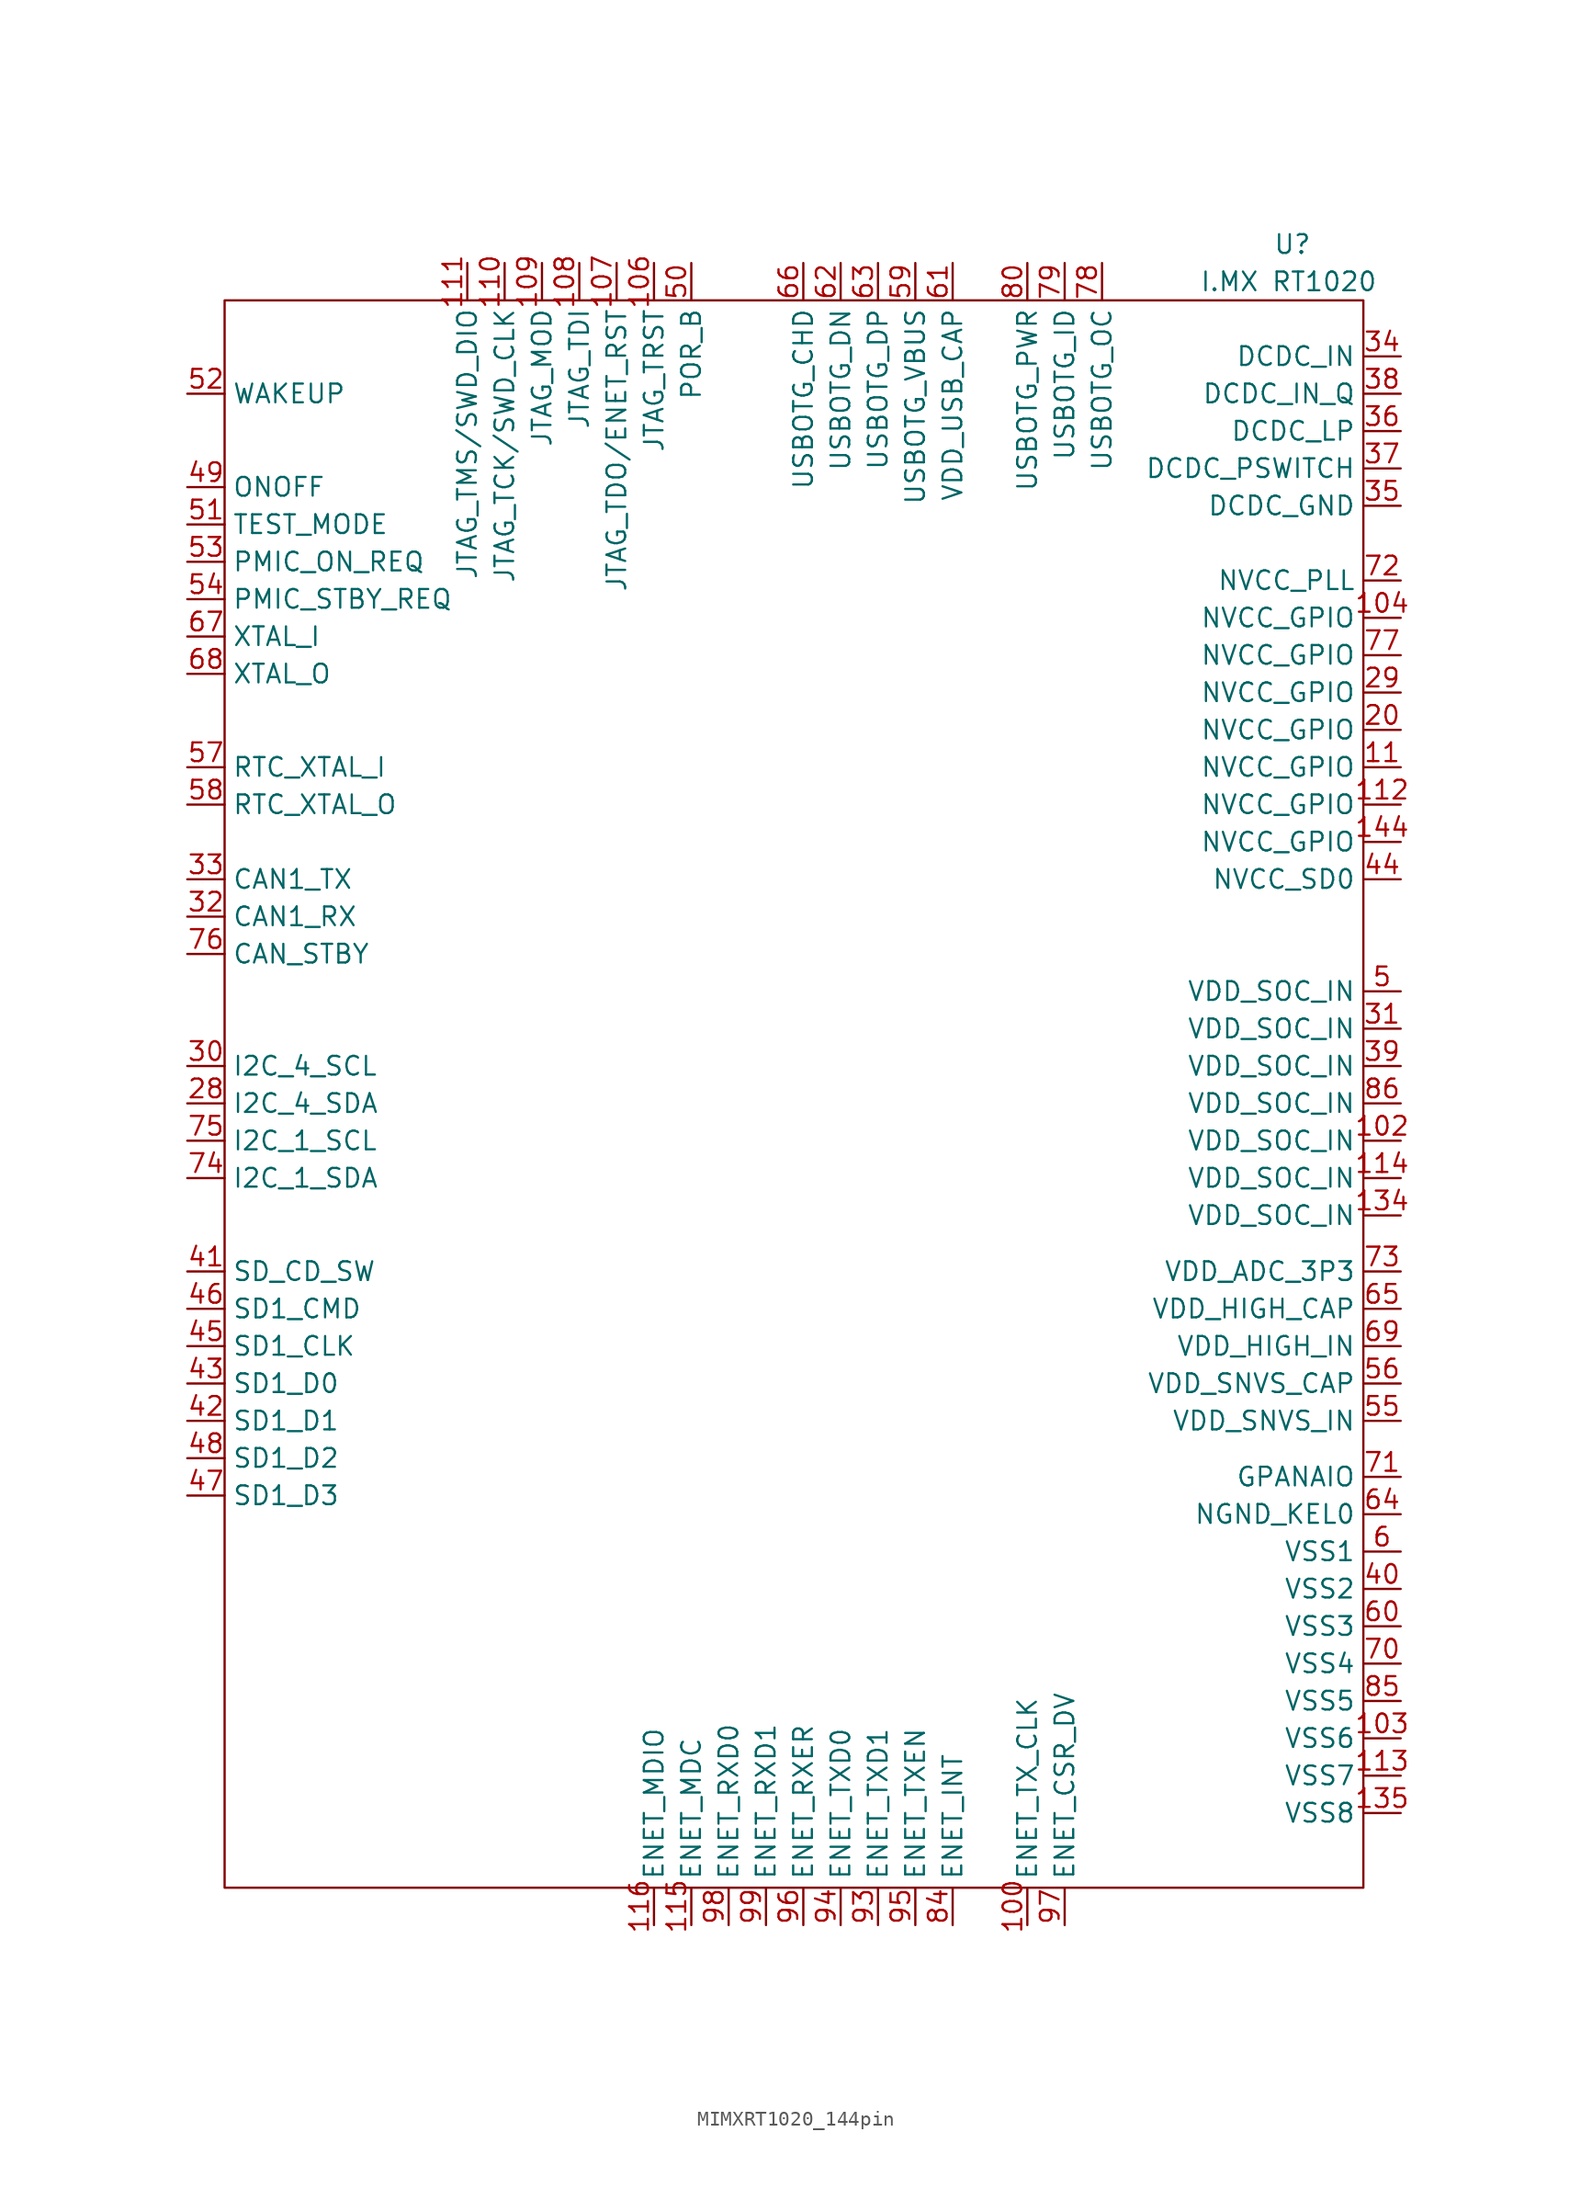
<source format=kicad_sym>
(kicad_symbol_lib
  (version 20231120)
  (generator "kicad_symbol_editor")
  (generator_version "8.0")
  (symbol "MIMXRT1020_144pin"
    (property "Reference" "U"
      (at 34.544 53.34 0)
      (effects (font (size 1.27 1.27))))
    (property "Value" "I.MX RT1020"
      (at 34.29 50.8 0)
      (effects (font (size 1.27 1.27))))
    (symbol "MIMXRT1020_144pin_1_1"
      (rectangle (start -38.1 49.53) (end 39.37 -58.42) (stroke (width 0) (type default)) (fill (type none)))
      (pin bidirectional line (at 16.51 -60.96 90) (length 2.54) (name "ENET_TX_CLK" (effects (font (size 1.27 1.27)))) (number "100" (effects (font (size 1.27 1.27)))))
      (pin bidirectional line (at 41.91 -7.62 180) (length 2.54) (name "VDD_SOC_IN" (effects (font (size 1.27 1.27)))) (number "102" (effects (font (size 1.27 1.27)))))
      (pin bidirectional line (at 41.91 -48.26 180) (length 2.54) (name "VSS6" (effects (font (size 1.27 1.27)))) (number "103" (effects (font (size 1.27 1.27)))))
      (pin bidirectional line (at 41.91 27.94 180) (length 2.54) (name "NVCC_GPIO" (effects (font (size 1.27 1.27)))) (number "104" (effects (font (size 1.27 1.27)))))
      (pin bidirectional line (at -8.89 52.07 270) (length 2.54) (name "JTAG_TRST" (effects (font (size 1.27 1.27)))) (number "106" (effects (font (size 1.27 1.27)))))
      (pin bidirectional line (at -11.43 52.07 270) (length 2.54) (name "JTAG_TDO/ENET_RST" (effects (font (size 1.27 1.27)))) (number "107" (effects (font (size 1.27 1.27)))))
      (pin bidirectional line (at -13.97 52.07 270) (length 2.54) (name "JTAG_TDI" (effects (font (size 1.27 1.27)))) (number "108" (effects (font (size 1.27 1.27)))))
      (pin bidirectional line (at -16.51 52.07 270) (length 2.54) (name "JTAG_MOD" (effects (font (size 1.27 1.27)))) (number "109" (effects (font (size 1.27 1.27)))))
      (pin bidirectional line (at 41.91 17.78 180) (length 2.54) (name "NVCC_GPIO" (effects (font (size 1.27 1.27)))) (number "11" (effects (font (size 1.27 1.27)))))
      (pin bidirectional line (at -19.05 52.07 270) (length 2.54) (name "JTAG_TCK/SWD_CLK" (effects (font (size 1.27 1.27)))) (number "110" (effects (font (size 1.27 1.27)))))
      (pin bidirectional line (at -21.59 52.07 270) (length 2.54) (name "JTAG_TMS/SWD_DIO" (effects (font (size 1.27 1.27)))) (number "111" (effects (font (size 1.27 1.27)))))
      (pin bidirectional line (at 41.91 15.24 180) (length 2.54) (name "NVCC_GPIO" (effects (font (size 1.27 1.27)))) (number "112" (effects (font (size 1.27 1.27)))))
      (pin bidirectional line (at 41.91 -50.8 180) (length 2.54) (name "VSS7" (effects (font (size 1.27 1.27)))) (number "113" (effects (font (size 1.27 1.27)))))
      (pin bidirectional line (at 41.91 -10.16 180) (length 2.54) (name "VDD_SOC_IN" (effects (font (size 1.27 1.27)))) (number "114" (effects (font (size 1.27 1.27)))))
      (pin bidirectional line (at -6.35 -60.96 90) (length 2.54) (name "ENET_MDC" (effects (font (size 1.27 1.27)))) (number "115" (effects (font (size 1.27 1.27)))))
      (pin bidirectional line (at -8.89 -60.96 90) (length 2.54) (name "ENET_MDIO" (effects (font (size 1.27 1.27)))) (number "116" (effects (font (size 1.27 1.27)))))
      (pin bidirectional line (at 41.91 -12.7 180) (length 2.54) (name "VDD_SOC_IN" (effects (font (size 1.27 1.27)))) (number "134" (effects (font (size 1.27 1.27)))))
      (pin bidirectional line (at 41.91 -53.34 180) (length 2.54) (name "VSS8" (effects (font (size 1.27 1.27)))) (number "135" (effects (font (size 1.27 1.27)))))
      (pin bidirectional line (at 41.91 12.7 180) (length 2.54) (name "NVCC_GPIO" (effects (font (size 1.27 1.27)))) (number "144" (effects (font (size 1.27 1.27)))))
      (pin bidirectional line (at 41.91 20.32 180) (length 2.54) (name "NVCC_GPIO" (effects (font (size 1.27 1.27)))) (number "20" (effects (font (size 1.27 1.27)))))
      (pin bidirectional line (at -40.64 -5.08 0) (length 2.54) (name "I2C_4_SDA" (effects (font (size 1.27 1.27)))) (number "28" (effects (font (size 1.27 1.27)))))
      (pin bidirectional line (at 41.91 22.86 180) (length 2.54) (name "NVCC_GPIO" (effects (font (size 1.27 1.27)))) (number "29" (effects (font (size 1.27 1.27)))))
      (pin bidirectional line (at -40.64 -2.54 0) (length 2.54) (name "I2C_4_SCL" (effects (font (size 1.27 1.27)))) (number "30" (effects (font (size 1.27 1.27)))))
      (pin bidirectional line (at 41.91 0 180) (length 2.54) (name "VDD_SOC_IN" (effects (font (size 1.27 1.27)))) (number "31" (effects (font (size 1.27 1.27)))))
      (pin bidirectional line (at -40.64 7.62 0) (length 2.54) (name "CAN1_RX" (effects (font (size 1.27 1.27)))) (number "32" (effects (font (size 1.27 1.27)))))
      (pin bidirectional line (at -40.64 10.16 0) (length 2.54) (name "CAN1_TX" (effects (font (size 1.27 1.27)))) (number "33" (effects (font (size 1.27 1.27)))))
      (pin bidirectional line (at 41.91 45.72 180) (length 2.54) (name "DCDC_IN" (effects (font (size 1.27 1.27)))) (number "34" (effects (font (size 1.27 1.27)))))
      (pin bidirectional line (at 41.91 35.56 180) (length 2.54) (name "DCDC_GND" (effects (font (size 1.27 1.27)))) (number "35" (effects (font (size 1.27 1.27)))))
      (pin bidirectional line (at 41.91 40.64 180) (length 2.54) (name "DCDC_LP" (effects (font (size 1.27 1.27)))) (number "36" (effects (font (size 1.27 1.27)))))
      (pin bidirectional line (at 41.91 38.1 180) (length 2.54) (name "DCDC_PSWITCH" (effects (font (size 1.27 1.27)))) (number "37" (effects (font (size 1.27 1.27)))))
      (pin bidirectional line (at 41.91 43.18 180) (length 2.54) (name "DCDC_IN_Q" (effects (font (size 1.27 1.27)))) (number "38" (effects (font (size 1.27 1.27)))))
      (pin bidirectional line (at 41.91 -2.54 180) (length 2.54) (name "VDD_SOC_IN" (effects (font (size 1.27 1.27)))) (number "39" (effects (font (size 1.27 1.27)))))
      (pin bidirectional line (at 41.91 -38.1 180) (length 2.54) (name "VSS2" (effects (font (size 1.27 1.27)))) (number "40" (effects (font (size 1.27 1.27)))))
      (pin bidirectional line (at -40.64 -16.51 0) (length 2.54) (name "SD_CD_SW" (effects (font (size 1.27 1.27)))) (number "41" (effects (font (size 1.27 1.27)))))
      (pin bidirectional line (at -40.64 -26.67 0) (length 2.54) (name "SD1_D1" (effects (font (size 1.27 1.27)))) (number "42" (effects (font (size 1.27 1.27)))))
      (pin bidirectional line (at -40.64 -24.13 0) (length 2.54) (name "SD1_D0" (effects (font (size 1.27 1.27)))) (number "43" (effects (font (size 1.27 1.27)))))
      (pin bidirectional line (at 41.91 10.16 180) (length 2.54) (name "NVCC_SD0" (effects (font (size 1.27 1.27)))) (number "44" (effects (font (size 1.27 1.27)))))
      (pin bidirectional line (at -40.64 -21.59 0) (length 2.54) (name "SD1_CLK" (effects (font (size 1.27 1.27)))) (number "45" (effects (font (size 1.27 1.27)))))
      (pin bidirectional line (at -40.64 -19.05 0) (length 2.54) (name "SD1_CMD" (effects (font (size 1.27 1.27)))) (number "46" (effects (font (size 1.27 1.27)))))
      (pin bidirectional line (at -40.64 -31.75 0) (length 2.54) (name "SD1_D3" (effects (font (size 1.27 1.27)))) (number "47" (effects (font (size 1.27 1.27)))))
      (pin bidirectional line (at -40.64 -29.21 0) (length 2.54) (name "SD1_D2" (effects (font (size 1.27 1.27)))) (number "48" (effects (font (size 1.27 1.27)))))
      (pin bidirectional line (at -40.64 36.83 0) (length 2.54) (name "ONOFF" (effects (font (size 1.27 1.27)))) (number "49" (effects (font (size 1.27 1.27)))))
      (pin bidirectional line (at 41.91 2.54 180) (length 2.54) (name "VDD_SOC_IN" (effects (font (size 1.27 1.27)))) (number "5" (effects (font (size 1.27 1.27)))))
      (pin bidirectional line (at -6.35 52.07 270) (length 2.54) (name "POR_B" (effects (font (size 1.27 1.27)))) (number "50" (effects (font (size 1.27 1.27)))))
      (pin bidirectional line (at -40.64 34.29 0) (length 2.54) (name "TEST_MODE" (effects (font (size 1.27 1.27)))) (number "51" (effects (font (size 1.27 1.27)))))
      (pin bidirectional line (at -40.64 43.18 0) (length 2.54) (name "WAKEUP" (effects (font (size 1.27 1.27)))) (number "52" (effects (font (size 1.27 1.27)))))
      (pin bidirectional line (at -40.64 31.75 0) (length 2.54) (name "PMIC_ON_REQ" (effects (font (size 1.27 1.27)))) (number "53" (effects (font (size 1.27 1.27)))))
      (pin bidirectional line (at -40.64 29.21 0) (length 2.54) (name "PMIC_STBY_REQ" (effects (font (size 1.27 1.27)))) (number "54" (effects (font (size 1.27 1.27)))))
      (pin bidirectional line (at 41.91 -26.67 180) (length 2.54) (name "VDD_SNVS_IN" (effects (font (size 1.27 1.27)))) (number "55" (effects (font (size 1.27 1.27)))))
      (pin bidirectional line (at 41.91 -24.13 180) (length 2.54) (name "VDD_SNVS_CAP" (effects (font (size 1.27 1.27)))) (number "56" (effects (font (size 1.27 1.27)))))
      (pin bidirectional line (at -40.64 17.78 0) (length 2.54) (name "RTC_XTAL_I" (effects (font (size 1.27 1.27)))) (number "57" (effects (font (size 1.27 1.27)))))
      (pin bidirectional line (at -40.64 15.24 0) (length 2.54) (name "RTC_XTAL_O" (effects (font (size 1.27 1.27)))) (number "58" (effects (font (size 1.27 1.27)))))
      (pin bidirectional line (at 8.89 52.07 270) (length 2.54) (name "USBOTG_VBUS" (effects (font (size 1.27 1.27)))) (number "59" (effects (font (size 1.27 1.27)))))
      (pin bidirectional line (at 41.91 -35.56 180) (length 2.54) (name "VSS1" (effects (font (size 1.27 1.27)))) (number "6" (effects (font (size 1.27 1.27)))))
      (pin bidirectional line (at 41.91 -40.64 180) (length 2.54) (name "VSS3" (effects (font (size 1.27 1.27)))) (number "60" (effects (font (size 1.27 1.27)))))
      (pin bidirectional line (at 11.43 52.07 270) (length 2.54) (name "VDD_USB_CAP" (effects (font (size 1.27 1.27)))) (number "61" (effects (font (size 1.27 1.27)))))
      (pin bidirectional line (at 3.81 52.07 270) (length 2.54) (name "USBOTG_DN" (effects (font (size 1.27 1.27)))) (number "62" (effects (font (size 1.27 1.27)))))
      (pin bidirectional line (at 6.35 52.07 270) (length 2.54) (name "USBOTG_DP" (effects (font (size 1.27 1.27)))) (number "63" (effects (font (size 1.27 1.27)))))
      (pin bidirectional line (at 41.91 -33.02 180) (length 2.54) (name "NGND_KEL0" (effects (font (size 1.27 1.27)))) (number "64" (effects (font (size 1.27 1.27)))))
      (pin bidirectional line (at 41.91 -19.05 180) (length 2.54) (name "VDD_HIGH_CAP" (effects (font (size 1.27 1.27)))) (number "65" (effects (font (size 1.27 1.27)))))
      (pin bidirectional line (at 1.27 52.07 270) (length 2.54) (name "USBOTG_CHD" (effects (font (size 1.27 1.27)))) (number "66" (effects (font (size 1.27 1.27)))))
      (pin bidirectional line (at -40.64 26.67 0) (length 2.54) (name "XTAL_I" (effects (font (size 1.27 1.27)))) (number "67" (effects (font (size 1.27 1.27)))))
      (pin bidirectional line (at -40.64 24.13 0) (length 2.54) (name "XTAL_O" (effects (font (size 1.27 1.27)))) (number "68" (effects (font (size 1.27 1.27)))))
      (pin bidirectional line (at 41.91 -21.59 180) (length 2.54) (name "VDD_HIGH_IN" (effects (font (size 1.27 1.27)))) (number "69" (effects (font (size 1.27 1.27)))))
      (pin bidirectional line (at 41.91 -43.18 180) (length 2.54) (name "VSS4" (effects (font (size 1.27 1.27)))) (number "70" (effects (font (size 1.27 1.27)))))
      (pin bidirectional line (at 41.91 -30.48 180) (length 2.54) (name "GPANAIO" (effects (font (size 1.27 1.27)))) (number "71" (effects (font (size 1.27 1.27)))))
      (pin bidirectional line (at 41.91 30.48 180) (length 2.54) (name "NVCC_PLL" (effects (font (size 1.27 1.27)))) (number "72" (effects (font (size 1.27 1.27)))))
      (pin bidirectional line (at 41.91 -16.51 180) (length 2.54) (name "VDD_ADC_3P3" (effects (font (size 1.27 1.27)))) (number "73" (effects (font (size 1.27 1.27)))))
      (pin bidirectional line (at -40.64 -10.16 0) (length 2.54) (name "I2C_1_SDA" (effects (font (size 1.27 1.27)))) (number "74" (effects (font (size 1.27 1.27)))))
      (pin bidirectional line (at -40.64 -7.62 0) (length 2.54) (name "I2C_1_SCL" (effects (font (size 1.27 1.27)))) (number "75" (effects (font (size 1.27 1.27)))))
      (pin bidirectional line (at -40.64 5.08 0) (length 2.54) (name "CAN_STBY" (effects (font (size 1.27 1.27)))) (number "76" (effects (font (size 1.27 1.27)))))
      (pin bidirectional line (at 41.91 25.4 180) (length 2.54) (name "NVCC_GPIO" (effects (font (size 1.27 1.27)))) (number "77" (effects (font (size 1.27 1.27)))))
      (pin bidirectional line (at 21.59 52.07 270) (length 2.54) (name "USBOTG_OC" (effects (font (size 1.27 1.27)))) (number "78" (effects (font (size 1.27 1.27)))))
      (pin bidirectional line (at 19.05 52.07 270) (length 2.54) (name "USBOTG_ID" (effects (font (size 1.27 1.27)))) (number "79" (effects (font (size 1.27 1.27)))))
      (pin bidirectional line (at 16.51 52.07 270) (length 2.54) (name "USBOTG_PWR" (effects (font (size 1.27 1.27)))) (number "80" (effects (font (size 1.27 1.27)))))
      (pin bidirectional line (at 11.43 -60.96 90) (length 2.54) (name "ENET_INT" (effects (font (size 1.27 1.27)))) (number "84" (effects (font (size 1.27 1.27)))))
      (pin bidirectional line (at 41.91 -45.72 180) (length 2.54) (name "VSS5" (effects (font (size 1.27 1.27)))) (number "85" (effects (font (size 1.27 1.27)))))
      (pin bidirectional line (at 41.91 -5.08 180) (length 2.54) (name "VDD_SOC_IN" (effects (font (size 1.27 1.27)))) (number "86" (effects (font (size 1.27 1.27)))))
      (pin bidirectional line (at 6.35 -60.96 90) (length 2.54) (name "ENET_TXD1" (effects (font (size 1.27 1.27)))) (number "93" (effects (font (size 1.27 1.27)))))
      (pin bidirectional line (at 3.81 -60.96 90) (length 2.54) (name "ENET_TXD0" (effects (font (size 1.27 1.27)))) (number "94" (effects (font (size 1.27 1.27)))))
      (pin bidirectional line (at 8.89 -60.96 90) (length 2.54) (name "ENET_TXEN" (effects (font (size 1.27 1.27)))) (number "95" (effects (font (size 1.27 1.27)))))
      (pin bidirectional line (at 1.27 -60.96 90) (length 2.54) (name "ENET_RXER" (effects (font (size 1.27 1.27)))) (number "96" (effects (font (size 1.27 1.27)))))
      (pin bidirectional line (at 19.05 -60.96 90) (length 2.54) (name "ENET_CSR_DV" (effects (font (size 1.27 1.27)))) (number "97" (effects (font (size 1.27 1.27)))))
      (pin bidirectional line (at -3.81 -60.96 90) (length 2.54) (name "ENET_RXD0" (effects (font (size 1.27 1.27)))) (number "98" (effects (font (size 1.27 1.27)))))
      (pin bidirectional line (at -1.27 -60.96 90) (length 2.54) (name "ENET_RXD1" (effects (font (size 1.27 1.27)))) (number "99" (effects (font (size 1.27 1.27))))))))
</source>
